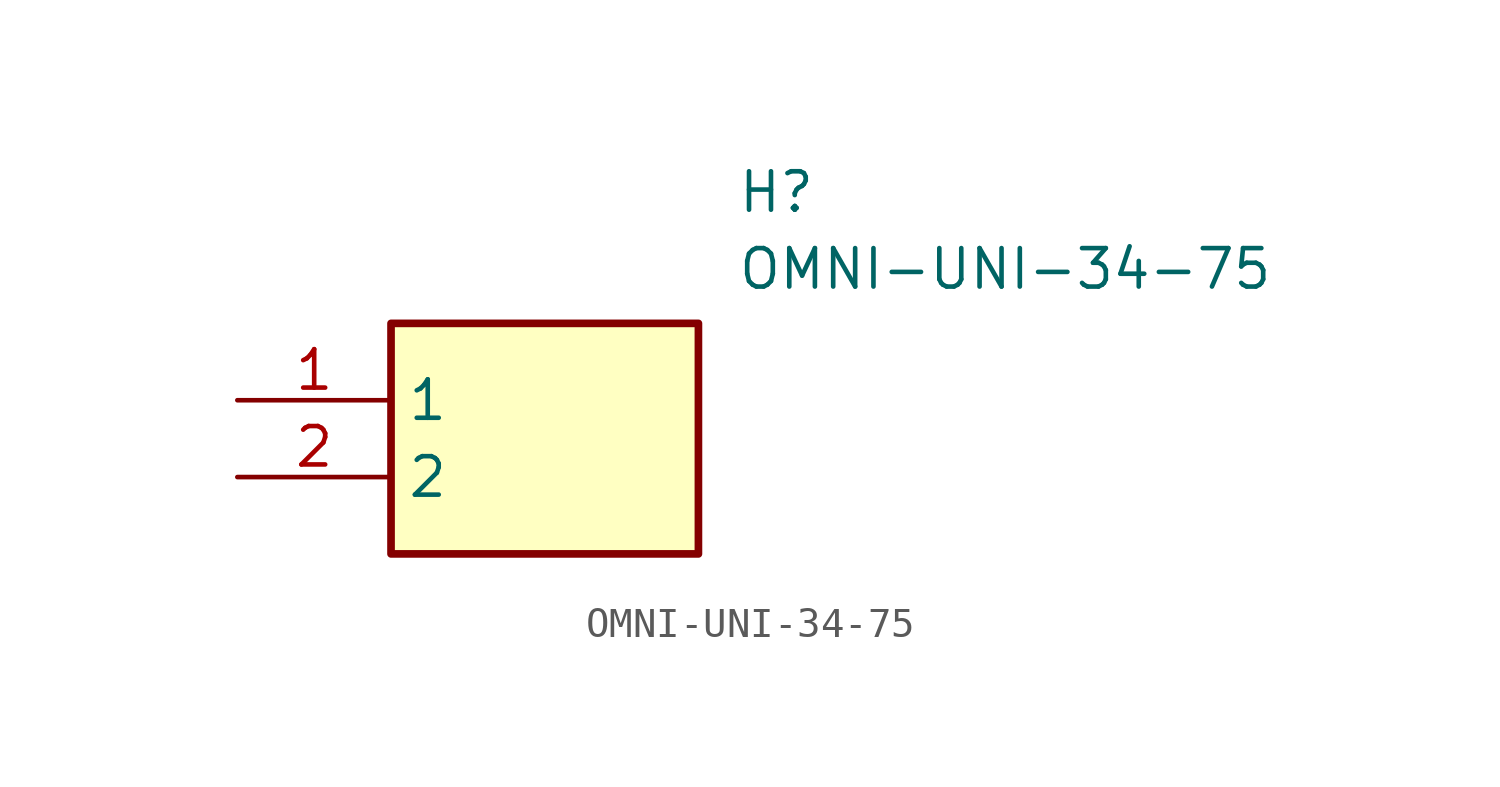
<source format=kicad_sym>
(kicad_symbol_lib
  (version 20211014)
  (generator SamacSys_ECAD_Model)
  (symbol "OMNI-UNI-34-75"
    (property "Reference" "H"
      (at 16.51 7.62 0)
      (effects (font (size 1.27 1.27)) (justify left top)))
    (property "Value" "OMNI-UNI-34-75"
      (at 16.51 5.08 0)
      (effects (font (size 1.27 1.27)) (justify left top)))
    (rectangle
      (start 5.08 2.54)
      (end 15.24 -5.08)
      (stroke (width 0.254) (type default))
      (fill (type background)))
    (pin passive line
      (at 0 0 0)
      (length 5.08)
      (name "1" (effects (font (size 1.27 1.27))))
      (number "1" (effects (font (size 1.27 1.27)))))
    (pin passive line
      (at 0 -2.54 0)
      (length 5.08)
      (name "2" (effects (font (size 1.27 1.27))))
      (number "2" (effects (font (size 1.27 1.27)))))))
</source>
